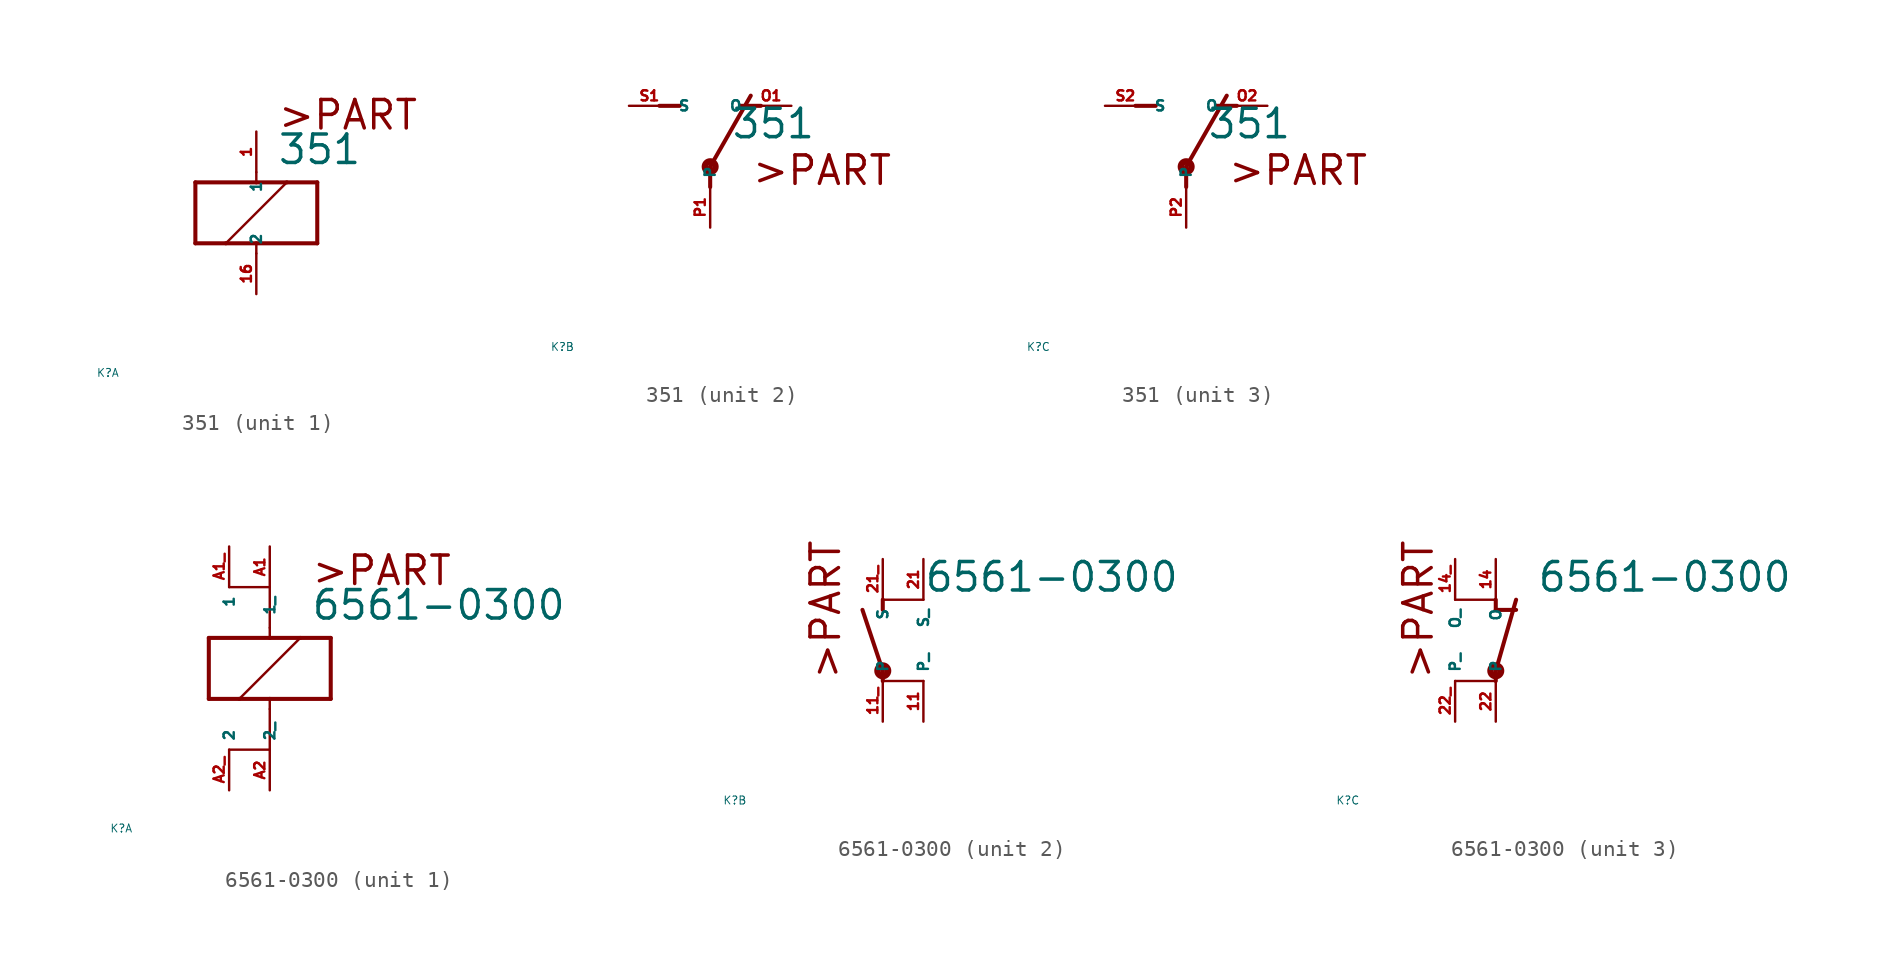
<source format=kicad_sym>
(kicad_symbol_lib
  (version 20220914)
  (generator Eagle2Kicad)
  (symbol "351"
    (property "Reference" "K"
      (at -10 -10 0)
      (effects (font (size 0.5 0.5) (thickness 0.06)) (justify left)))
    (property "Value" "351"
      (at 1.27 2.921 0)
      (effects (font (size 1.778 1.778) (thickness 0.22)) (justify left bottom)))
    (symbol "351_1_0"
      (polyline (pts (xy -3.81 -1.905) (xy -1.905 -1.905)) (stroke (width 0.254) (type default)) (fill (type none)))
      (polyline (pts (xy 3.81 -1.905) (xy 3.81 1.905)) (stroke (width 0.254) (type default)) (fill (type none)))
      (polyline (pts (xy 3.81 1.905) (xy 1.905 1.905)) (stroke (width 0.254) (type default)) (fill (type none)))
      (polyline (pts (xy -3.81 1.905) (xy -3.81 -1.905)) (stroke (width 0.254) (type default)) (fill (type none)))
      (polyline (pts (xy 0 -2.54) (xy 0 -1.905)) (stroke (width 0.152) (type default)) (fill (type none)))
      (polyline (pts (xy 0 -1.905) (xy 3.81 -1.905)) (stroke (width 0.254) (type default)) (fill (type none)))
      (polyline (pts (xy 0 2.54) (xy 0 1.905)) (stroke (width 0.152) (type default)) (fill (type none)))
      (polyline (pts (xy 0 1.905) (xy -3.81 1.905)) (stroke (width 0.254) (type default)) (fill (type none)))
      (polyline (pts (xy -1.905 -1.905) (xy 1.905 1.905)) (stroke (width 0.152) (type default)) (fill (type none)))
      (polyline (pts (xy -1.905 -1.905) (xy 0 -1.905)) (stroke (width 0.254) (type default)) (fill (type none)))
      (polyline (pts (xy 1.905 1.905) (xy 0 1.905)) (stroke (width 0.254) (type default)) (fill (type none)))
      (text ">PART" (at 1.27 5.08 0) (effects (font (size 1.778 1.778) (thickness 0.22)) (justify left bottom)))
      (pin passive line (at 0 -5.08 90) (length 2.54) (name "2" (effects (font (size 0.635 0.635) (thickness 0.08)) (justify left bottom))) (number "16" (effects (font (size 0.635 0.635) (thickness 0.08)) (justify left bottom))))
      (pin passive line (at 0 5.08 270) (length 2.54) (name "1" (effects (font (size 0.635 0.635) (thickness 0.08)) (justify left bottom))) (number "1" (effects (font (size 0.635 0.635) (thickness 0.08)) (justify left bottom)))))
    (symbol "351_2_0"
      (polyline (pts (xy 3.175 5.08) (xy 1.905 5.08)) (stroke (width 0.254) (type default)) (fill (type none)))
      (polyline (pts (xy -3.175 5.08) (xy -1.905 5.08)) (stroke (width 0.254) (type default)) (fill (type none)))
      (polyline (pts (xy 0 1.27) (xy 2.54 5.715)) (stroke (width 0.254) (type default)) (fill (type none)))
      (polyline (pts (xy 0 1.27) (xy 0 0)) (stroke (width 0.254) (type default)) (fill (type none)))
      (text ">PART" (at 2.54 0 0) (effects (font (size 1.778 1.778) (thickness 0.22)) (justify left bottom)))
      (circle (center 0 1.27) (radius 0.127) (stroke (width 0.406) (type default)) (fill (type none)))
      (pin passive line (at 5.08 5.08 180) (length 2.54) (name "O" (effects (font (size 0.635 0.635) (thickness 0.08)) (justify left bottom))) (number "O1" (effects (font (size 0.635 0.635) (thickness 0.08)) (justify left bottom))))
      (pin passive line (at -5.08 5.08 0) (length 2.54) (name "S" (effects (font (size 0.635 0.635) (thickness 0.08)) (justify left bottom))) (number "S1" (effects (font (size 0.635 0.635) (thickness 0.08)) (justify left bottom))))
      (pin passive line (at 0 -2.54 90) (length 2.54) (name "P" (effects (font (size 0.635 0.635) (thickness 0.08)) (justify left bottom))) (number "P1" (effects (font (size 0.635 0.635) (thickness 0.08)) (justify left bottom)))))
    (symbol "351_3_0"
      (polyline (pts (xy 3.175 5.08) (xy 1.905 5.08)) (stroke (width 0.254) (type default)) (fill (type none)))
      (polyline (pts (xy -3.175 5.08) (xy -1.905 5.08)) (stroke (width 0.254) (type default)) (fill (type none)))
      (polyline (pts (xy 0 1.27) (xy 2.54 5.715)) (stroke (width 0.254) (type default)) (fill (type none)))
      (polyline (pts (xy 0 1.27) (xy 0 0)) (stroke (width 0.254) (type default)) (fill (type none)))
      (text ">PART" (at 2.54 0 0) (effects (font (size 1.778 1.778) (thickness 0.22)) (justify left bottom)))
      (circle (center 0 1.27) (radius 0.127) (stroke (width 0.406) (type default)) (fill (type none)))
      (pin passive line (at 5.08 5.08 180) (length 2.54) (name "O" (effects (font (size 0.635 0.635) (thickness 0.08)) (justify left bottom))) (number "O2" (effects (font (size 0.635 0.635) (thickness 0.08)) (justify left bottom))))
      (pin passive line (at -5.08 5.08 0) (length 2.54) (name "S" (effects (font (size 0.635 0.635) (thickness 0.08)) (justify left bottom))) (number "S2" (effects (font (size 0.635 0.635) (thickness 0.08)) (justify left bottom))))
      (pin passive line (at 0 -2.54 90) (length 2.54) (name "P" (effects (font (size 0.635 0.635) (thickness 0.08)) (justify left bottom))) (number "P2" (effects (font (size 0.635 0.635) (thickness 0.08)) (justify left bottom))))))
  (symbol "6561-0300"
    (property "Reference" "K"
      (at -10 -10 0)
      (effects (font (size 0.5 0.5) (thickness 0.06)) (justify left)))
    (property "Value" "6561-0300"
      (at 2.54 2.921 0)
      (effects (font (size 1.778 1.778) (thickness 0.22)) (justify left bottom)))
    (symbol "6561-0300_1_0"
      (polyline (pts (xy -3.81 -1.905) (xy -1.905 -1.905)) (stroke (width 0.254) (type default)) (fill (type none)))
      (polyline (pts (xy 3.81 -1.905) (xy 3.81 1.905)) (stroke (width 0.254) (type default)) (fill (type none)))
      (polyline (pts (xy 3.81 1.905) (xy 1.905 1.905)) (stroke (width 0.254) (type default)) (fill (type none)))
      (polyline (pts (xy -3.81 1.905) (xy -3.81 -1.905)) (stroke (width 0.254) (type default)) (fill (type none)))
      (polyline (pts (xy 0 -2.54) (xy 0 -1.905)) (stroke (width 0.152) (type default)) (fill (type none)))
      (polyline (pts (xy 0 -1.905) (xy 3.81 -1.905)) (stroke (width 0.254) (type default)) (fill (type none)))
      (polyline (pts (xy 0 2.54) (xy 0 1.905)) (stroke (width 0.152) (type default)) (fill (type none)))
      (polyline (pts (xy 0 1.905) (xy -3.81 1.905)) (stroke (width 0.254) (type default)) (fill (type none)))
      (polyline (pts (xy -1.905 -1.905) (xy 1.905 1.905)) (stroke (width 0.152) (type default)) (fill (type none)))
      (polyline (pts (xy -1.905 -1.905) (xy 0 -1.905)) (stroke (width 0.254) (type default)) (fill (type none)))
      (polyline (pts (xy 1.905 1.905) (xy 0 1.905)) (stroke (width 0.254) (type default)) (fill (type none)))
      (polyline (pts (xy -2.54 -5.08) (xy 0 -5.08)) (stroke (width 0.152) (type default)) (fill (type none)))
      (polyline (pts (xy 0 -5.08) (xy 0 -2.54)) (stroke (width 0.152) (type default)) (fill (type none)))
      (polyline (pts (xy -2.54 5.08) (xy 0 5.08)) (stroke (width 0.152) (type default)) (fill (type none)))
      (polyline (pts (xy 0 5.08) (xy 0 2.54)) (stroke (width 0.152) (type default)) (fill (type none)))
      (text ">PART" (at 2.54 5.08 0) (effects (font (size 1.778 1.778) (thickness 0.22)) (justify left bottom)))
      (pin passive line (at -2.54 -7.62 90) (length 2.54) (name "2" (effects (font (size 0.635 0.635) (thickness 0.08)) (justify left bottom))) (number "A2_" (effects (font (size 0.635 0.635) (thickness 0.08)) (justify left bottom))))
      (pin passive line (at -2.54 7.62 270) (length 2.54) (name "1" (effects (font (size 0.635 0.635) (thickness 0.08)) (justify left bottom))) (number "A1_" (effects (font (size 0.635 0.635) (thickness 0.08)) (justify left bottom))))
      (pin passive line (at 0 7.62 270) (length 2.54) (name "1_" (effects (font (size 0.635 0.635) (thickness 0.08)) (justify left bottom))) (number "A1" (effects (font (size 0.635 0.635) (thickness 0.08)) (justify left bottom))))
      (pin passive line (at 0 -7.62 90) (length 2.54) (name "2_" (effects (font (size 0.635 0.635) (thickness 0.08)) (justify left bottom))) (number "A2" (effects (font (size 0.635 0.635) (thickness 0.08)) (justify left bottom)))))
    (symbol "6561-0300_2_0"
      (polyline (pts (xy 0 2.54) (xy 0 1.905)) (stroke (width 0.254) (type default)) (fill (type none)))
      (polyline (pts (xy 0 -2.54) (xy 0 -1.905)) (stroke (width 0.254) (type default)) (fill (type none)))
      (polyline (pts (xy 0 -1.905) (xy -1.27 1.905)) (stroke (width 0.254) (type default)) (fill (type none)))
      (polyline (pts (xy 0 2.54) (xy 2.54 2.54)) (stroke (width 0.152) (type default)) (fill (type none)))
      (polyline (pts (xy 0 -2.54) (xy 2.54 -2.54)) (stroke (width 0.152) (type default)) (fill (type none)))
      (text ">PART" (at -2.54 -2.54 900) (effects (font (size 1.778 1.778) (thickness 0.22)) (justify left bottom)))
      (circle (center 0 -1.905) (radius 0.127) (stroke (width 0.406) (type default)) (fill (type none)))
      (pin passive line (at 0 -5.08 90) (length 2.54) (name "P" (effects (font (size 0.635 0.635) (thickness 0.08)) (justify left bottom))) (number "11_" (effects (font (size 0.635 0.635) (thickness 0.08)) (justify left bottom))))
      (pin passive line (at 0 5.08 270) (length 2.54) (name "S" (effects (font (size 0.635 0.635) (thickness 0.08)) (justify left bottom))) (number "21_" (effects (font (size 0.635 0.635) (thickness 0.08)) (justify left bottom))))
      (pin passive line (at 2.54 5.08 270) (length 2.54) (name "S_" (effects (font (size 0.635 0.635) (thickness 0.08)) (justify left bottom))) (number "21" (effects (font (size 0.635 0.635) (thickness 0.08)) (justify left bottom))))
      (pin passive line (at 2.54 -5.08 90) (length 2.54) (name "P_" (effects (font (size 0.635 0.635) (thickness 0.08)) (justify left bottom))) (number "11" (effects (font (size 0.635 0.635) (thickness 0.08)) (justify left bottom)))))
    (symbol "6561-0300_3_0"
      (polyline (pts (xy 0 -1.905) (xy 1.27 2.54)) (stroke (width 0.254) (type default)) (fill (type none)))
      (polyline (pts (xy 1.27 1.905) (xy 0 1.905)) (stroke (width 0.254) (type default)) (fill (type none)))
      (polyline (pts (xy 0 1.905) (xy 0 2.54)) (stroke (width 0.254) (type default)) (fill (type none)))
      (polyline (pts (xy 0 -2.54) (xy 0 -1.905)) (stroke (width 0.254) (type default)) (fill (type none)))
      (polyline (pts (xy -2.54 -2.54) (xy 0 -2.54)) (stroke (width 0.152) (type default)) (fill (type none)))
      (polyline (pts (xy -2.54 2.54) (xy 0 2.54)) (stroke (width 0.152) (type default)) (fill (type none)))
      (text ">PART" (at -3.81 -2.54 900) (effects (font (size 1.778 1.778) (thickness 0.22)) (justify left bottom)))
      (circle (center 0 -1.905) (radius 0.127) (stroke (width 0.406) (type default)) (fill (type none)))
      (pin passive line (at 0 -5.08 90) (length 2.54) (name "P" (effects (font (size 0.635 0.635) (thickness 0.08)) (justify left bottom))) (number "22" (effects (font (size 0.635 0.635) (thickness 0.08)) (justify left bottom))))
      (pin passive line (at 0 5.08 270) (length 2.54) (name "O" (effects (font (size 0.635 0.635) (thickness 0.08)) (justify left bottom))) (number "14" (effects (font (size 0.635 0.635) (thickness 0.08)) (justify left bottom))))
      (pin passive line (at -2.54 5.08 270) (length 2.54) (name "O_" (effects (font (size 0.635 0.635) (thickness 0.08)) (justify left bottom))) (number "14_" (effects (font (size 0.635 0.635) (thickness 0.08)) (justify left bottom))))
      (pin passive line (at -2.54 -5.08 90) (length 2.54) (name "P_" (effects (font (size 0.635 0.635) (thickness 0.08)) (justify left bottom))) (number "22_" (effects (font (size 0.635 0.635) (thickness 0.08)) (justify left bottom)))))))
</source>
